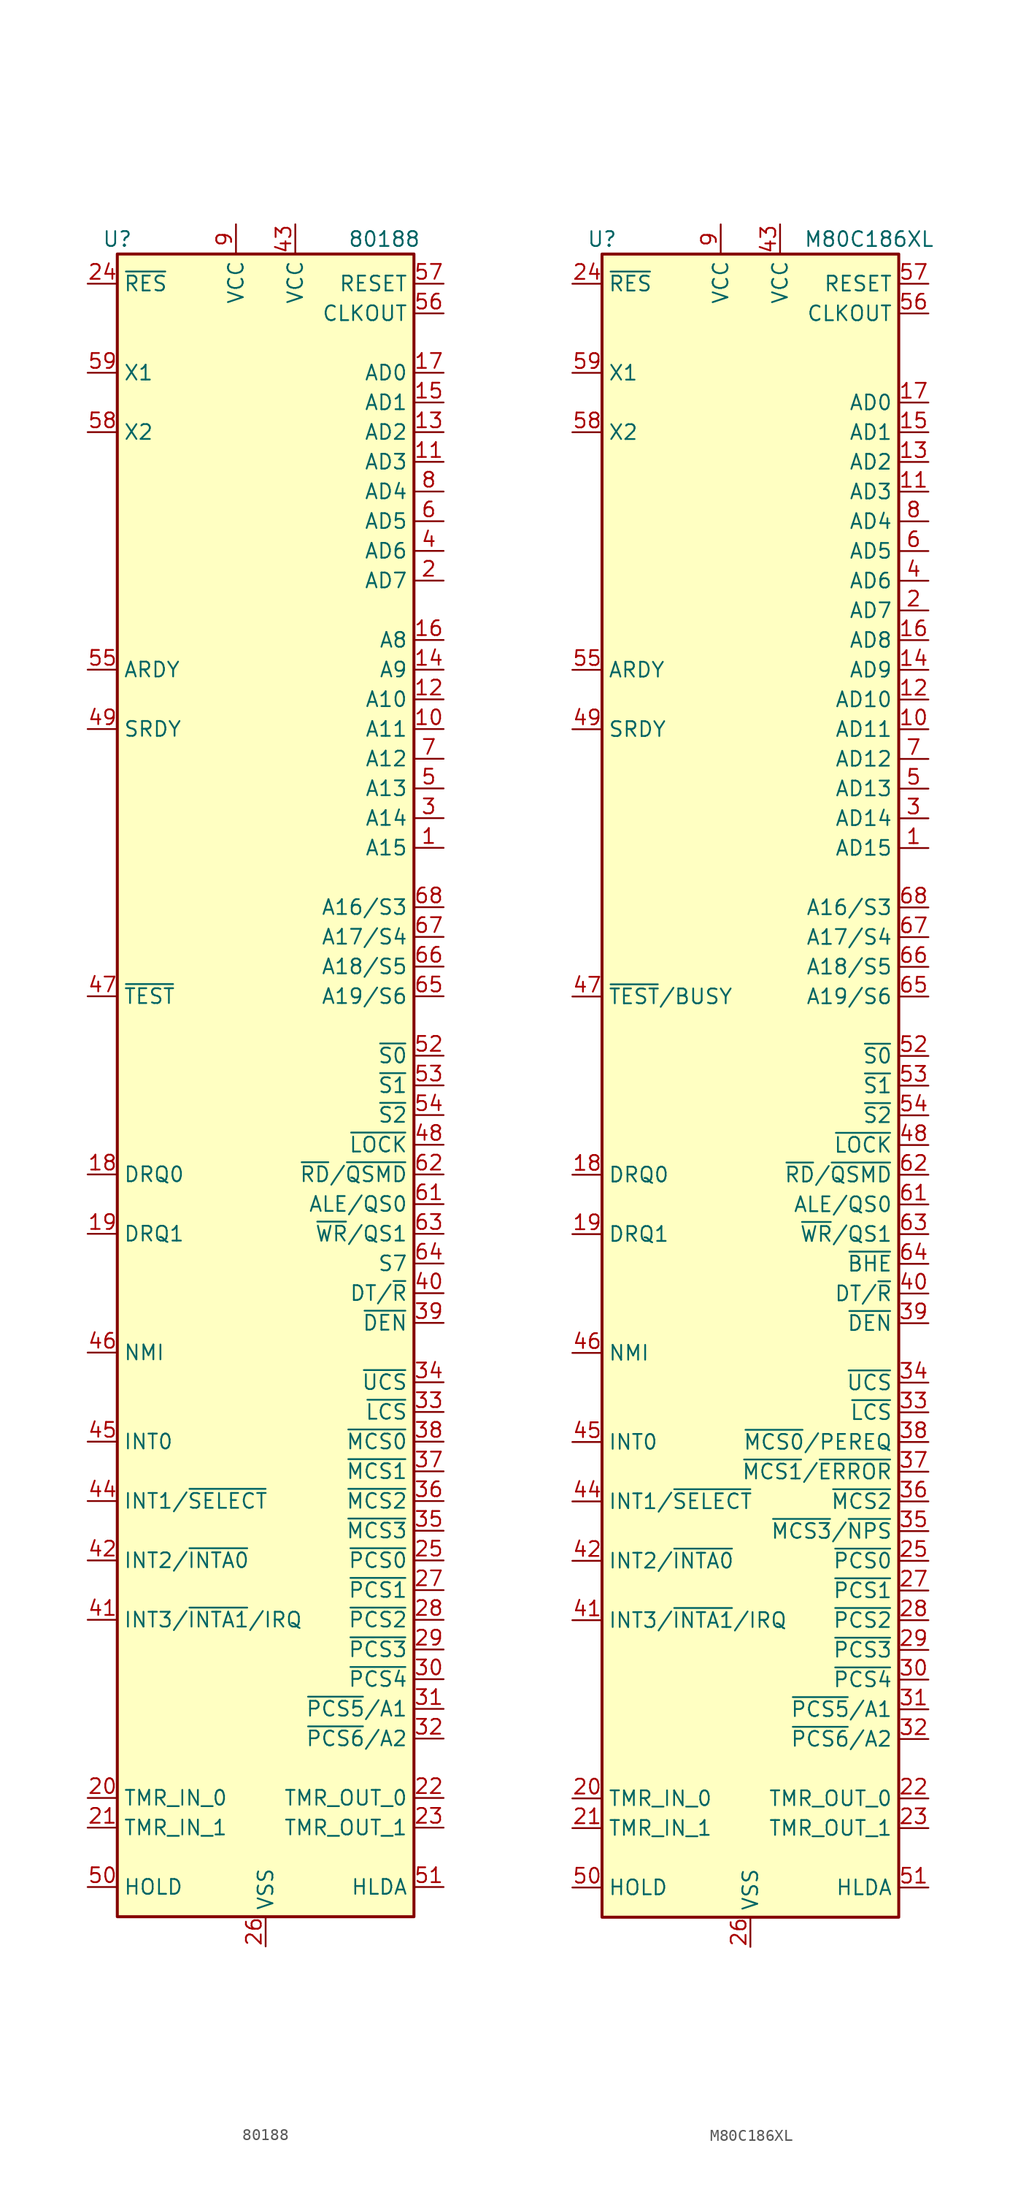
<source format=kicad_sym>
(kicad_symbol_lib
  (version 20200908)
  (generator kicad_symbol_editor)
  (symbol "MCU_Intel:80188"
    (property "Reference" "U"
      (at -12.7 72.39 0)
      (effects (font (size 1.27 1.27))))
    (property "Value" "80188"
      (at 10.16 72.39 0)
      (effects (font (size 1.27 1.27))))
    (symbol "80188_0_1"
      (rectangle (start 12.7 -71.12) (end -12.7 71.12) (stroke (width 0.254)) (fill (type background))))
    (symbol "80188_1_1"
      (pin output line (at 15.24 20.32 180) (length 2.54) (name "A15" (effects (font (size 1.27 1.27)))) (number "1" (effects (font (size 1.27 1.27)))))
      (pin output line (at 15.24 30.48 180) (length 2.54) (name "A11" (effects (font (size 1.27 1.27)))) (number "10" (effects (font (size 1.27 1.27)))))
      (pin bidirectional line (at 15.24 53.34 180) (length 2.54) (name "AD3" (effects (font (size 1.27 1.27)))) (number "11" (effects (font (size 1.27 1.27)))))
      (pin output line (at 15.24 33.02 180) (length 2.54) (name "A10" (effects (font (size 1.27 1.27)))) (number "12" (effects (font (size 1.27 1.27)))))
      (pin bidirectional line (at 15.24 55.88 180) (length 2.54) (name "AD2" (effects (font (size 1.27 1.27)))) (number "13" (effects (font (size 1.27 1.27)))))
      (pin output line (at 15.24 35.56 180) (length 2.54) (name "A9" (effects (font (size 1.27 1.27)))) (number "14" (effects (font (size 1.27 1.27)))))
      (pin bidirectional line (at 15.24 58.42 180) (length 2.54) (name "AD1" (effects (font (size 1.27 1.27)))) (number "15" (effects (font (size 1.27 1.27)))))
      (pin output line (at 15.24 38.1 180) (length 2.54) (name "A8" (effects (font (size 1.27 1.27)))) (number "16" (effects (font (size 1.27 1.27)))))
      (pin bidirectional line (at 15.24 60.96 180) (length 2.54) (name "AD0" (effects (font (size 1.27 1.27)))) (number "17" (effects (font (size 1.27 1.27)))))
      (pin input line (at -15.24 -7.62 0) (length 2.54) (name "DRQ0" (effects (font (size 1.27 1.27)))) (number "18" (effects (font (size 1.27 1.27)))))
      (pin input line (at -15.24 -12.7 0) (length 2.54) (name "DRQ1" (effects (font (size 1.27 1.27)))) (number "19" (effects (font (size 1.27 1.27)))))
      (pin bidirectional line (at 15.24 43.18 180) (length 2.54) (name "AD7" (effects (font (size 1.27 1.27)))) (number "2" (effects (font (size 1.27 1.27)))))
      (pin input line (at -15.24 -60.96 0) (length 2.54) (name "TMR_IN_0" (effects (font (size 1.27 1.27)))) (number "20" (effects (font (size 1.27 1.27)))))
      (pin input line (at -15.24 -63.5 0) (length 2.54) (name "TMR_IN_1" (effects (font (size 1.27 1.27)))) (number "21" (effects (font (size 1.27 1.27)))))
      (pin output line (at 15.24 -60.96 180) (length 2.54) (name "TMR_OUT_0" (effects (font (size 1.27 1.27)))) (number "22" (effects (font (size 1.27 1.27)))))
      (pin output line (at 15.24 -63.5 180) (length 2.54) (name "TMR_OUT_1" (effects (font (size 1.27 1.27)))) (number "23" (effects (font (size 1.27 1.27)))))
      (pin input line (at -15.24 68.58 0) (length 2.54) (name "~RES~" (effects (font (size 1.27 1.27)))) (number "24" (effects (font (size 1.27 1.27)))))
      (pin output line (at 15.24 -40.64 180) (length 2.54) (name "~PCS0~" (effects (font (size 1.27 1.27)))) (number "25" (effects (font (size 1.27 1.27)))))
      (pin power_in line (at 0 -73.66 90) (length 2.54) (name "VSS" (effects (font (size 1.27 1.27)))) (number "26" (effects (font (size 1.27 1.27)))))
      (pin output line (at 15.24 -43.18 180) (length 2.54) (name "~PCS1~" (effects (font (size 1.27 1.27)))) (number "27" (effects (font (size 1.27 1.27)))))
      (pin output line (at 15.24 -45.72 180) (length 2.54) (name "~PCS2~" (effects (font (size 1.27 1.27)))) (number "28" (effects (font (size 1.27 1.27)))))
      (pin output line (at 15.24 -48.26 180) (length 2.54) (name "~PCS3~" (effects (font (size 1.27 1.27)))) (number "29" (effects (font (size 1.27 1.27)))))
      (pin output line (at 15.24 22.86 180) (length 2.54) (name "A14" (effects (font (size 1.27 1.27)))) (number "3" (effects (font (size 1.27 1.27)))))
      (pin output line (at 15.24 -50.8 180) (length 2.54) (name "~PCS4~" (effects (font (size 1.27 1.27)))) (number "30" (effects (font (size 1.27 1.27)))))
      (pin output line (at 15.24 -53.34 180) (length 2.54) (name "~PCS5~/A1" (effects (font (size 1.27 1.27)))) (number "31" (effects (font (size 1.27 1.27)))))
      (pin output line (at 15.24 -55.88 180) (length 2.54) (name "~PCS6~/A2" (effects (font (size 1.27 1.27)))) (number "32" (effects (font (size 1.27 1.27)))))
      (pin output line (at 15.24 -27.94 180) (length 2.54) (name "~LCS~" (effects (font (size 1.27 1.27)))) (number "33" (effects (font (size 1.27 1.27)))))
      (pin output line (at 15.24 -25.4 180) (length 2.54) (name "~UCS~" (effects (font (size 1.27 1.27)))) (number "34" (effects (font (size 1.27 1.27)))))
      (pin output line (at 15.24 -38.1 180) (length 2.54) (name "~MCS3~" (effects (font (size 1.27 1.27)))) (number "35" (effects (font (size 1.27 1.27)))))
      (pin output line (at 15.24 -35.56 180) (length 2.54) (name "~MCS2~" (effects (font (size 1.27 1.27)))) (number "36" (effects (font (size 1.27 1.27)))))
      (pin output line (at 15.24 -33.02 180) (length 2.54) (name "~MCS1~" (effects (font (size 1.27 1.27)))) (number "37" (effects (font (size 1.27 1.27)))))
      (pin output line (at 15.24 -30.48 180) (length 2.54) (name "~MCS0~" (effects (font (size 1.27 1.27)))) (number "38" (effects (font (size 1.27 1.27)))))
      (pin output line (at 15.24 -20.32 180) (length 2.54) (name "~DEN~" (effects (font (size 1.27 1.27)))) (number "39" (effects (font (size 1.27 1.27)))))
      (pin bidirectional line (at 15.24 45.72 180) (length 2.54) (name "AD6" (effects (font (size 1.27 1.27)))) (number "4" (effects (font (size 1.27 1.27)))))
      (pin output line (at 15.24 -17.78 180) (length 2.54) (name "DT/~R~" (effects (font (size 1.27 1.27)))) (number "40" (effects (font (size 1.27 1.27)))))
      (pin bidirectional line (at -15.24 -45.72 0) (length 2.54) (name "INT3/~INTA1~/IRQ" (effects (font (size 1.27 1.27)))) (number "41" (effects (font (size 1.27 1.27)))))
      (pin bidirectional line (at -15.24 -40.64 0) (length 2.54) (name "INT2/~INTA0~" (effects (font (size 1.27 1.27)))) (number "42" (effects (font (size 1.27 1.27)))))
      (pin power_in line (at 2.54 73.66 270) (length 2.54) (name "VCC" (effects (font (size 1.27 1.27)))) (number "43" (effects (font (size 1.27 1.27)))))
      (pin input line (at -15.24 -35.56 0) (length 2.54) (name "INT1/~SELECT~" (effects (font (size 1.27 1.27)))) (number "44" (effects (font (size 1.27 1.27)))))
      (pin input line (at -15.24 -30.48 0) (length 2.54) (name "INT0" (effects (font (size 1.27 1.27)))) (number "45" (effects (font (size 1.27 1.27)))))
      (pin input line (at -15.24 -22.86 0) (length 2.54) (name "NMI" (effects (font (size 1.27 1.27)))) (number "46" (effects (font (size 1.27 1.27)))))
      (pin bidirectional line (at -15.24 7.62 0) (length 2.54) (name "~TEST~" (effects (font (size 1.27 1.27)))) (number "47" (effects (font (size 1.27 1.27)))))
      (pin output line (at 15.24 -5.08 180) (length 2.54) (name "~LOCK~" (effects (font (size 1.27 1.27)))) (number "48" (effects (font (size 1.27 1.27)))))
      (pin input line (at -15.24 30.48 0) (length 2.54) (name "SRDY" (effects (font (size 1.27 1.27)))) (number "49" (effects (font (size 1.27 1.27)))))
      (pin output line (at 15.24 25.4 180) (length 2.54) (name "A13" (effects (font (size 1.27 1.27)))) (number "5" (effects (font (size 1.27 1.27)))))
      (pin input line (at -15.24 -68.58 0) (length 2.54) (name "HOLD" (effects (font (size 1.27 1.27)))) (number "50" (effects (font (size 1.27 1.27)))))
      (pin output line (at 15.24 -68.58 180) (length 2.54) (name "HLDA" (effects (font (size 1.27 1.27)))) (number "51" (effects (font (size 1.27 1.27)))))
      (pin output line (at 15.24 2.54 180) (length 2.54) (name "~S0~" (effects (font (size 1.27 1.27)))) (number "52" (effects (font (size 1.27 1.27)))))
      (pin output line (at 15.24 0 180) (length 2.54) (name "~S1~" (effects (font (size 1.27 1.27)))) (number "53" (effects (font (size 1.27 1.27)))))
      (pin output line (at 15.24 -2.54 180) (length 2.54) (name "~S2~" (effects (font (size 1.27 1.27)))) (number "54" (effects (font (size 1.27 1.27)))))
      (pin input line (at -15.24 35.56 0) (length 2.54) (name "ARDY" (effects (font (size 1.27 1.27)))) (number "55" (effects (font (size 1.27 1.27)))))
      (pin output line (at 15.24 66.04 180) (length 2.54) (name "CLKOUT" (effects (font (size 1.27 1.27)))) (number "56" (effects (font (size 1.27 1.27)))))
      (pin output line (at 15.24 68.58 180) (length 2.54) (name "RESET" (effects (font (size 1.27 1.27)))) (number "57" (effects (font (size 1.27 1.27)))))
      (pin output line (at -15.24 55.88 0) (length 2.54) (name "X2" (effects (font (size 1.27 1.27)))) (number "58" (effects (font (size 1.27 1.27)))))
      (pin input line (at -15.24 60.96 0) (length 2.54) (name "X1" (effects (font (size 1.27 1.27)))) (number "59" (effects (font (size 1.27 1.27)))))
      (pin bidirectional line (at 15.24 48.26 180) (length 2.54) (name "AD5" (effects (font (size 1.27 1.27)))) (number "6" (effects (font (size 1.27 1.27)))))
      (pin passive line (at 0 -73.66 90) (length 2.54) hide (name "VSS" (effects (font (size 1.27 1.27)))) (number "60" (effects (font (size 1.27 1.27)))))
      (pin output line (at 15.24 -10.16 180) (length 2.54) (name "ALE/QS0" (effects (font (size 1.27 1.27)))) (number "61" (effects (font (size 1.27 1.27)))))
      (pin bidirectional line (at 15.24 -7.62 180) (length 2.54) (name "~RD~/~QSMD~" (effects (font (size 1.27 1.27)))) (number "62" (effects (font (size 1.27 1.27)))))
      (pin output line (at 15.24 -12.7 180) (length 2.54) (name "~WR~/QS1" (effects (font (size 1.27 1.27)))) (number "63" (effects (font (size 1.27 1.27)))))
      (pin output line (at 15.24 -15.24 180) (length 2.54) (name "S7" (effects (font (size 1.27 1.27)))) (number "64" (effects (font (size 1.27 1.27)))))
      (pin output line (at 15.24 7.62 180) (length 2.54) (name "A19/S6" (effects (font (size 1.27 1.27)))) (number "65" (effects (font (size 1.27 1.27)))))
      (pin output line (at 15.24 10.16 180) (length 2.54) (name "A18/S5" (effects (font (size 1.27 1.27)))) (number "66" (effects (font (size 1.27 1.27)))))
      (pin output line (at 15.24 12.7 180) (length 2.54) (name "A17/S4" (effects (font (size 1.27 1.27)))) (number "67" (effects (font (size 1.27 1.27)))))
      (pin output line (at 15.24 15.24 180) (length 2.54) (name "A16/S3" (effects (font (size 1.27 1.27)))) (number "68" (effects (font (size 1.27 1.27)))))
      (pin output line (at 15.24 27.94 180) (length 2.54) (name "A12" (effects (font (size 1.27 1.27)))) (number "7" (effects (font (size 1.27 1.27)))))
      (pin bidirectional line (at 15.24 50.8 180) (length 2.54) (name "AD4" (effects (font (size 1.27 1.27)))) (number "8" (effects (font (size 1.27 1.27)))))
      (pin power_in line (at -2.54 73.66 270) (length 2.54) (name "VCC" (effects (font (size 1.27 1.27)))) (number "9" (effects (font (size 1.27 1.27)))))))
  (symbol "MCU_Intel:M80C186XL"
    (property "Reference" "U"
      (at -12.7 72.39 0)
      (effects (font (size 1.27 1.27))))
    (property "Value" "M80C186XL"
      (at 10.16 72.39 0)
      (effects (font (size 1.27 1.27))))
    (symbol "M80C186XL_0_1"
      (rectangle (start 12.7 -71.12) (end -12.7 71.12) (stroke (width 0.254)) (fill (type background))))
    (symbol "M80C186XL_1_1"
      (pin bidirectional line (at 15.24 20.32 180) (length 2.54) (name "AD15" (effects (font (size 1.27 1.27)))) (number "1" (effects (font (size 1.27 1.27)))))
      (pin bidirectional line (at 15.24 30.48 180) (length 2.54) (name "AD11" (effects (font (size 1.27 1.27)))) (number "10" (effects (font (size 1.27 1.27)))))
      (pin bidirectional line (at 15.24 50.8 180) (length 2.54) (name "AD3" (effects (font (size 1.27 1.27)))) (number "11" (effects (font (size 1.27 1.27)))))
      (pin bidirectional line (at 15.24 33.02 180) (length 2.54) (name "AD10" (effects (font (size 1.27 1.27)))) (number "12" (effects (font (size 1.27 1.27)))))
      (pin bidirectional line (at 15.24 53.34 180) (length 2.54) (name "AD2" (effects (font (size 1.27 1.27)))) (number "13" (effects (font (size 1.27 1.27)))))
      (pin bidirectional line (at 15.24 35.56 180) (length 2.54) (name "AD9" (effects (font (size 1.27 1.27)))) (number "14" (effects (font (size 1.27 1.27)))))
      (pin bidirectional line (at 15.24 55.88 180) (length 2.54) (name "AD1" (effects (font (size 1.27 1.27)))) (number "15" (effects (font (size 1.27 1.27)))))
      (pin bidirectional line (at 15.24 38.1 180) (length 2.54) (name "AD8" (effects (font (size 1.27 1.27)))) (number "16" (effects (font (size 1.27 1.27)))))
      (pin bidirectional line (at 15.24 58.42 180) (length 2.54) (name "AD0" (effects (font (size 1.27 1.27)))) (number "17" (effects (font (size 1.27 1.27)))))
      (pin input line (at -15.24 -7.62 0) (length 2.54) (name "DRQ0" (effects (font (size 1.27 1.27)))) (number "18" (effects (font (size 1.27 1.27)))))
      (pin input line (at -15.24 -12.7 0) (length 2.54) (name "DRQ1" (effects (font (size 1.27 1.27)))) (number "19" (effects (font (size 1.27 1.27)))))
      (pin bidirectional line (at 15.24 40.64 180) (length 2.54) (name "AD7" (effects (font (size 1.27 1.27)))) (number "2" (effects (font (size 1.27 1.27)))))
      (pin input line (at -15.24 -60.96 0) (length 2.54) (name "TMR_IN_0" (effects (font (size 1.27 1.27)))) (number "20" (effects (font (size 1.27 1.27)))))
      (pin input line (at -15.24 -63.5 0) (length 2.54) (name "TMR_IN_1" (effects (font (size 1.27 1.27)))) (number "21" (effects (font (size 1.27 1.27)))))
      (pin output line (at 15.24 -60.96 180) (length 2.54) (name "TMR_OUT_0" (effects (font (size 1.27 1.27)))) (number "22" (effects (font (size 1.27 1.27)))))
      (pin output line (at 15.24 -63.5 180) (length 2.54) (name "TMR_OUT_1" (effects (font (size 1.27 1.27)))) (number "23" (effects (font (size 1.27 1.27)))))
      (pin input line (at -15.24 68.58 0) (length 2.54) (name "~RES~" (effects (font (size 1.27 1.27)))) (number "24" (effects (font (size 1.27 1.27)))))
      (pin output line (at 15.24 -40.64 180) (length 2.54) (name "~PCS0~" (effects (font (size 1.27 1.27)))) (number "25" (effects (font (size 1.27 1.27)))))
      (pin power_in line (at 0 -73.66 90) (length 2.54) (name "VSS" (effects (font (size 1.27 1.27)))) (number "26" (effects (font (size 1.27 1.27)))))
      (pin output line (at 15.24 -43.18 180) (length 2.54) (name "~PCS1~" (effects (font (size 1.27 1.27)))) (number "27" (effects (font (size 1.27 1.27)))))
      (pin output line (at 15.24 -45.72 180) (length 2.54) (name "~PCS2~" (effects (font (size 1.27 1.27)))) (number "28" (effects (font (size 1.27 1.27)))))
      (pin output line (at 15.24 -48.26 180) (length 2.54) (name "~PCS3~" (effects (font (size 1.27 1.27)))) (number "29" (effects (font (size 1.27 1.27)))))
      (pin bidirectional line (at 15.24 22.86 180) (length 2.54) (name "AD14" (effects (font (size 1.27 1.27)))) (number "3" (effects (font (size 1.27 1.27)))))
      (pin output line (at 15.24 -50.8 180) (length 2.54) (name "~PCS4~" (effects (font (size 1.27 1.27)))) (number "30" (effects (font (size 1.27 1.27)))))
      (pin output line (at 15.24 -53.34 180) (length 2.54) (name "~PCS5~/A1" (effects (font (size 1.27 1.27)))) (number "31" (effects (font (size 1.27 1.27)))))
      (pin output line (at 15.24 -55.88 180) (length 2.54) (name "~PCS6~/A2" (effects (font (size 1.27 1.27)))) (number "32" (effects (font (size 1.27 1.27)))))
      (pin bidirectional line (at 15.24 -27.94 180) (length 2.54) (name "~LCS~" (effects (font (size 1.27 1.27)))) (number "33" (effects (font (size 1.27 1.27)))))
      (pin bidirectional line (at 15.24 -25.4 180) (length 2.54) (name "~UCS~" (effects (font (size 1.27 1.27)))) (number "34" (effects (font (size 1.27 1.27)))))
      (pin output line (at 15.24 -38.1 180) (length 2.54) (name "~MCS3~/~NPS~" (effects (font (size 1.27 1.27)))) (number "35" (effects (font (size 1.27 1.27)))))
      (pin output line (at 15.24 -35.56 180) (length 2.54) (name "~MCS2~" (effects (font (size 1.27 1.27)))) (number "36" (effects (font (size 1.27 1.27)))))
      (pin bidirectional line (at 15.24 -33.02 180) (length 2.54) (name "~MCS1~/~ERROR~" (effects (font (size 1.27 1.27)))) (number "37" (effects (font (size 1.27 1.27)))))
      (pin bidirectional line (at 15.24 -30.48 180) (length 2.54) (name "~MCS0~/PEREQ" (effects (font (size 1.27 1.27)))) (number "38" (effects (font (size 1.27 1.27)))))
      (pin output line (at 15.24 -20.32 180) (length 2.54) (name "~DEN~" (effects (font (size 1.27 1.27)))) (number "39" (effects (font (size 1.27 1.27)))))
      (pin bidirectional line (at 15.24 43.18 180) (length 2.54) (name "AD6" (effects (font (size 1.27 1.27)))) (number "4" (effects (font (size 1.27 1.27)))))
      (pin output line (at 15.24 -17.78 180) (length 2.54) (name "DT/~R~" (effects (font (size 1.27 1.27)))) (number "40" (effects (font (size 1.27 1.27)))))
      (pin bidirectional line (at -15.24 -45.72 0) (length 2.54) (name "INT3/~INTA1~/IRQ" (effects (font (size 1.27 1.27)))) (number "41" (effects (font (size 1.27 1.27)))))
      (pin bidirectional line (at -15.24 -40.64 0) (length 2.54) (name "INT2/~INTA0~" (effects (font (size 1.27 1.27)))) (number "42" (effects (font (size 1.27 1.27)))))
      (pin power_in line (at 2.54 73.66 270) (length 2.54) (name "VCC" (effects (font (size 1.27 1.27)))) (number "43" (effects (font (size 1.27 1.27)))))
      (pin input line (at -15.24 -35.56 0) (length 2.54) (name "INT1/~SELECT~" (effects (font (size 1.27 1.27)))) (number "44" (effects (font (size 1.27 1.27)))))
      (pin input line (at -15.24 -30.48 0) (length 2.54) (name "INT0" (effects (font (size 1.27 1.27)))) (number "45" (effects (font (size 1.27 1.27)))))
      (pin input line (at -15.24 -22.86 0) (length 2.54) (name "NMI" (effects (font (size 1.27 1.27)))) (number "46" (effects (font (size 1.27 1.27)))))
      (pin bidirectional line (at -15.24 7.62 0) (length 2.54) (name "~TEST~/BUSY" (effects (font (size 1.27 1.27)))) (number "47" (effects (font (size 1.27 1.27)))))
      (pin output line (at 15.24 -5.08 180) (length 2.54) (name "~LOCK~" (effects (font (size 1.27 1.27)))) (number "48" (effects (font (size 1.27 1.27)))))
      (pin input line (at -15.24 30.48 0) (length 2.54) (name "SRDY" (effects (font (size 1.27 1.27)))) (number "49" (effects (font (size 1.27 1.27)))))
      (pin bidirectional line (at 15.24 25.4 180) (length 2.54) (name "AD13" (effects (font (size 1.27 1.27)))) (number "5" (effects (font (size 1.27 1.27)))))
      (pin input line (at -15.24 -68.58 0) (length 2.54) (name "HOLD" (effects (font (size 1.27 1.27)))) (number "50" (effects (font (size 1.27 1.27)))))
      (pin output line (at 15.24 -68.58 180) (length 2.54) (name "HLDA" (effects (font (size 1.27 1.27)))) (number "51" (effects (font (size 1.27 1.27)))))
      (pin output line (at 15.24 2.54 180) (length 2.54) (name "~S0~" (effects (font (size 1.27 1.27)))) (number "52" (effects (font (size 1.27 1.27)))))
      (pin output line (at 15.24 0 180) (length 2.54) (name "~S1~" (effects (font (size 1.27 1.27)))) (number "53" (effects (font (size 1.27 1.27)))))
      (pin output line (at 15.24 -2.54 180) (length 2.54) (name "~S2~" (effects (font (size 1.27 1.27)))) (number "54" (effects (font (size 1.27 1.27)))))
      (pin input line (at -15.24 35.56 0) (length 2.54) (name "ARDY" (effects (font (size 1.27 1.27)))) (number "55" (effects (font (size 1.27 1.27)))))
      (pin output line (at 15.24 66.04 180) (length 2.54) (name "CLKOUT" (effects (font (size 1.27 1.27)))) (number "56" (effects (font (size 1.27 1.27)))))
      (pin output line (at 15.24 68.58 180) (length 2.54) (name "RESET" (effects (font (size 1.27 1.27)))) (number "57" (effects (font (size 1.27 1.27)))))
      (pin output line (at -15.24 55.88 0) (length 2.54) (name "X2" (effects (font (size 1.27 1.27)))) (number "58" (effects (font (size 1.27 1.27)))))
      (pin input line (at -15.24 60.96 0) (length 2.54) (name "X1" (effects (font (size 1.27 1.27)))) (number "59" (effects (font (size 1.27 1.27)))))
      (pin bidirectional line (at 15.24 45.72 180) (length 2.54) (name "AD5" (effects (font (size 1.27 1.27)))) (number "6" (effects (font (size 1.27 1.27)))))
      (pin passive line (at 0 -73.66 90) (length 2.54) hide (name "VSS" (effects (font (size 1.27 1.27)))) (number "60" (effects (font (size 1.27 1.27)))))
      (pin output line (at 15.24 -10.16 180) (length 2.54) (name "ALE/QS0" (effects (font (size 1.27 1.27)))) (number "61" (effects (font (size 1.27 1.27)))))
      (pin bidirectional line (at 15.24 -7.62 180) (length 2.54) (name "~RD~/~QSMD~" (effects (font (size 1.27 1.27)))) (number "62" (effects (font (size 1.27 1.27)))))
      (pin output line (at 15.24 -12.7 180) (length 2.54) (name "~WR~/QS1" (effects (font (size 1.27 1.27)))) (number "63" (effects (font (size 1.27 1.27)))))
      (pin output line (at 15.24 -15.24 180) (length 2.54) (name "~BHE~" (effects (font (size 1.27 1.27)))) (number "64" (effects (font (size 1.27 1.27)))))
      (pin output line (at 15.24 7.62 180) (length 2.54) (name "A19/S6" (effects (font (size 1.27 1.27)))) (number "65" (effects (font (size 1.27 1.27)))))
      (pin output line (at 15.24 10.16 180) (length 2.54) (name "A18/S5" (effects (font (size 1.27 1.27)))) (number "66" (effects (font (size 1.27 1.27)))))
      (pin output line (at 15.24 12.7 180) (length 2.54) (name "A17/S4" (effects (font (size 1.27 1.27)))) (number "67" (effects (font (size 1.27 1.27)))))
      (pin output line (at 15.24 15.24 180) (length 2.54) (name "A16/S3" (effects (font (size 1.27 1.27)))) (number "68" (effects (font (size 1.27 1.27)))))
      (pin bidirectional line (at 15.24 27.94 180) (length 2.54) (name "AD12" (effects (font (size 1.27 1.27)))) (number "7" (effects (font (size 1.27 1.27)))))
      (pin bidirectional line (at 15.24 48.26 180) (length 2.54) (name "AD4" (effects (font (size 1.27 1.27)))) (number "8" (effects (font (size 1.27 1.27)))))
      (pin power_in line (at -2.54 73.66 270) (length 2.54) (name "VCC" (effects (font (size 1.27 1.27)))) (number "9" (effects (font (size 1.27 1.27))))))))
</source>
